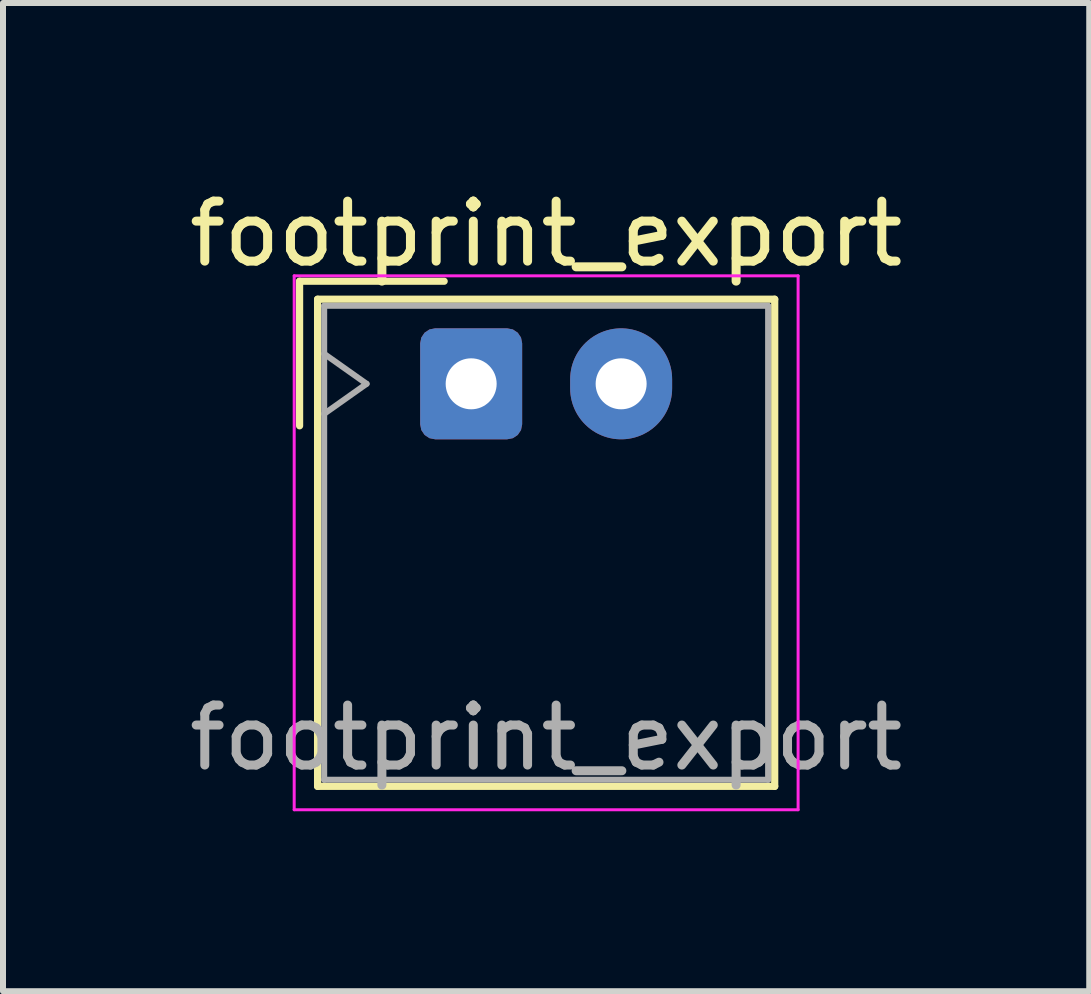
<source format=kicad_pcb>
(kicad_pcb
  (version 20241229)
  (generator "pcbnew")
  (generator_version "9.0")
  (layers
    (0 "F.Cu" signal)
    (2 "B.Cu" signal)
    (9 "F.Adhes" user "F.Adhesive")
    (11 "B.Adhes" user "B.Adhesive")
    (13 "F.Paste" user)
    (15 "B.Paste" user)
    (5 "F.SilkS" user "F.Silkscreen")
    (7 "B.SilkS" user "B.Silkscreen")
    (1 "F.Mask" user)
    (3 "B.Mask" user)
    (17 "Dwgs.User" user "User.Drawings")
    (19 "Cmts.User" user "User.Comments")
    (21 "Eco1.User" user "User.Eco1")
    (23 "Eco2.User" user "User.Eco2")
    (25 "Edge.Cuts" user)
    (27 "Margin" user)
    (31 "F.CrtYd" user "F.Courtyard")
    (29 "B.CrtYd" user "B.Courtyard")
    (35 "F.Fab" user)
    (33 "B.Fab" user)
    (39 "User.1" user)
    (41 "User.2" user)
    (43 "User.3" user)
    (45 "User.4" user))
  (footprint "footprint_export"
    (layer "F.Cu")
    (at 4.804 3.348)
    (property "Reference" "footprint_export" (at 1.25 -2.5 0) (layer "F.SilkS") (effects (font (size 1 1) (thickness 0.15))))
    (attr through_hole)
    (fp_line (start -2.86 -1.71) (end -0.45 -1.71) (stroke (width 0.12) (type solid)) (layer "F.SilkS"))
    (fp_line (start -2.86 0.7) (end -2.86 -1.71) (stroke (width 0.12) (type solid)) (layer "F.SilkS"))
    (fp_line (start -2.56 -1.41) (end -2.56 6.71) (stroke (width 0.12) (type solid)) (layer "F.SilkS"))
    (fp_line (start -2.56 6.71) (end 5.06 6.71) (stroke (width 0.12) (type solid)) (layer "F.SilkS"))
    (fp_line (start 5.06 -1.41) (end -2.56 -1.41) (stroke (width 0.12) (type solid)) (layer "F.SilkS"))
    (fp_line (start 5.06 6.71) (end 5.06 -1.41) (stroke (width 0.12) (type solid)) (layer "F.SilkS"))
    (fp_line (start -2.95 -1.8) (end -2.95 7.1) (stroke (width 0.05) (type solid)) (layer "F.CrtYd"))
    (fp_line (start -2.95 7.1) (end 5.45 7.1) (stroke (width 0.05) (type solid)) (layer "F.CrtYd"))
    (fp_line (start 5.45 -1.8) (end -2.95 -1.8) (stroke (width 0.05) (type solid)) (layer "F.CrtYd"))
    (fp_line (start 5.45 7.1) (end 5.45 -1.8) (stroke (width 0.05) (type solid)) (layer "F.CrtYd"))
    (fp_line (start -2.45 -1.3) (end -2.45 6.6) (stroke (width 0.1) (type solid)) (layer "F.Fab"))
    (fp_line (start -2.45 0.5) (end -1.743 0) (stroke (width 0.1) (type solid)) (layer "F.Fab"))
    (fp_line (start -2.45 6.6) (end 4.95 6.6) (stroke (width 0.1) (type solid)) (layer "F.Fab"))
    (fp_line (start -1.743 0) (end -2.45 -0.5) (stroke (width 0.1) (type solid)) (layer "F.Fab"))
    (fp_line (start 4.95 -1.3) (end -2.45 -1.3) (stroke (width 0.1) (type solid)) (layer "F.Fab"))
    (fp_line (start 4.95 6.6) (end 4.95 -1.3) (stroke (width 0.1) (type solid)) (layer "F.Fab"))
    (fp_text user "${REFERENCE}" (at 1.25 5.9 0) (layer "F.Fab") (effects (font (size 1 1) (thickness 0.15))))
    (pad "1" thru_hole roundrect (at 0 0) (size 1.7 1.85) (drill 0.85) (layers "*.Cu" "*.Mask") (roundrect_rratio 0.147))
    (pad "2" thru_hole oval (at 2.5 0) (size 1.7 1.85) (drill 0.85) (layers "*.Cu" "*.Mask")))
  (gr_rect
    (start -3 -3)
    (end 15.107 13.473)
    (stroke (width 0.1) (type default))
    (fill no)
    (layer "Edge.Cuts")))
</source>
